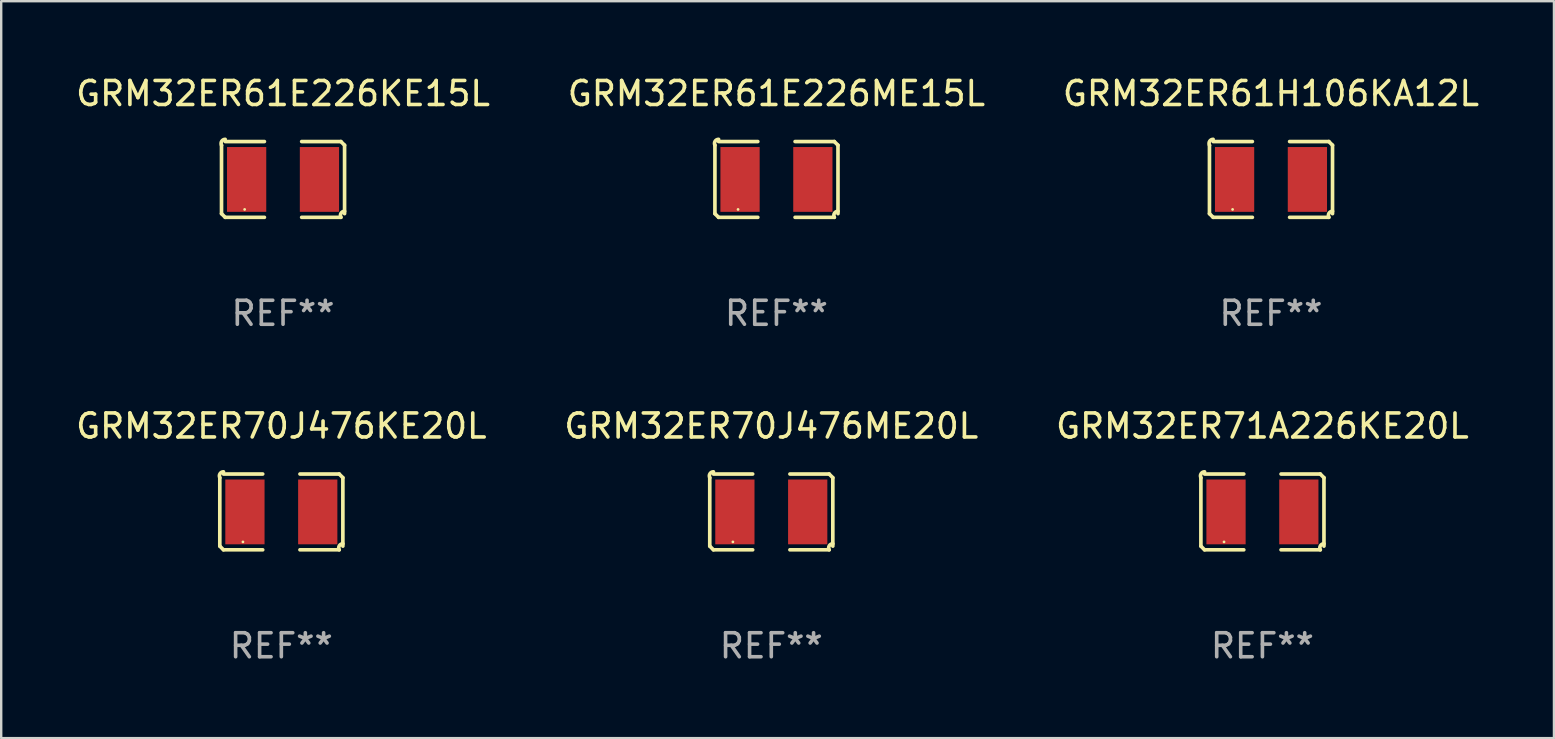
<source format=kicad_pcb>
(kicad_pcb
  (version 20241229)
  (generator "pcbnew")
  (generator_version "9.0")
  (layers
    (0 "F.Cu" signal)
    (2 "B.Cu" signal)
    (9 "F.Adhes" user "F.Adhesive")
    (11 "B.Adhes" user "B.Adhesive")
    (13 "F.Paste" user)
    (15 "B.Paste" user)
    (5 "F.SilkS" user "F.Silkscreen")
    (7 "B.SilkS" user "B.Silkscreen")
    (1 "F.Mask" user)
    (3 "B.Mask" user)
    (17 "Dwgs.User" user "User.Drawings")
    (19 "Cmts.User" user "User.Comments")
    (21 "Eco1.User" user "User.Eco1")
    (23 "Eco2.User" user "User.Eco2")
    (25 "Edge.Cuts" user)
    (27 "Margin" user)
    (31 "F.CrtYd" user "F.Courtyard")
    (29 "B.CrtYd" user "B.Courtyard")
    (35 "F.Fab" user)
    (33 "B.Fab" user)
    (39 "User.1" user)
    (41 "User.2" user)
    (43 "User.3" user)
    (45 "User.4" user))
  (footprint "GRM32ER70J476KE20L"
    (layer "F.Cu")
    (at 8.673 18.281)
    (property "Reference" "GRM32ER70J476KE20L" (at 0 -3.579 0) (layer "F.SilkS") (effects (font (size 1 1) (thickness 0.15))))
    (attr through_hole)
    (fp_line (start -2.564 1.426) (end -2.564 -1.426) (stroke (width 0.152) (type solid)) (layer "F.SilkS"))
    (fp_line (start -2.411 -1.579) (end -0.776 -1.579) (stroke (width 0.152) (type solid)) (layer "F.SilkS"))
    (fp_line (start -0.776 1.579) (end -2.411 1.579) (stroke (width 0.152) (type solid)) (layer "F.SilkS"))
    (fp_line (start 0.776 1.579) (end 2.411 1.579) (stroke (width 0.152) (type solid)) (layer "F.SilkS"))
    (fp_line (start 2.411 -1.579) (end 0.776 -1.579) (stroke (width 0.152) (type solid)) (layer "F.SilkS"))
    (fp_line (start 2.564 1.426) (end 2.564 -1.426) (stroke (width 0.152) (type solid)) (layer "F.SilkS"))
    (fp_arc (start -2.563602 -1.426213) (mid -2.555597 -1.591233) (end -2.411201 -1.671518) (stroke (width 0.1524) (type solid)) (layer "F.SilkS"))
    (fp_arc (start -2.5636 1.426214) (mid -2.487389 1.502402) (end -2.411201 1.578613) (stroke (width 0.1524) (type solid)) (layer "F.SilkS"))
    (fp_arc (start 2.411197 -1.578618) (mid 2.487403 -1.502419) (end 2.563602 -1.426213) (stroke (width 0.1524) (type solid)) (layer "F.SilkS"))
    (fp_arc (start 2.411201 1.578613) (mid 2.416214 1.409455) (end 2.563602 1.32629) (stroke (width 0.1524) (type solid)) (layer "F.SilkS"))
    (fp_circle (center -1.6 1.25) (end -1.57 1.25) (stroke (width 0.06) (type solid)) (fill no) (layer "F.SilkS"))
    (fp_text user "REF**" (at 0 5.579 0) (layer "F.Fab") (effects (font (size 1 1) (thickness 0.15))))
    (pad "1" smd rect (at -1.517 0) (size 1.635 2.7) (layers "F.Cu" "F.Mask" "F.Paste"))
    (pad "2" smd rect (at 1.517 0) (size 1.635 2.7) (layers "F.Cu" "F.Mask" "F.Paste")))
  (footprint "GRM32ER61E226ME15L"
    (layer "F.Cu")
    (at 29.304 4.427)
    (property "Reference" "GRM32ER61E226ME15L" (at 0 -3.579 0) (layer "F.SilkS") (effects (font (size 1 1) (thickness 0.15))))
    (attr through_hole)
    (fp_line (start -2.564 1.426) (end -2.564 -1.426) (stroke (width 0.152) (type solid)) (layer "F.SilkS"))
    (fp_line (start -2.411 -1.579) (end -0.776 -1.579) (stroke (width 0.152) (type solid)) (layer "F.SilkS"))
    (fp_line (start -0.776 1.579) (end -2.411 1.579) (stroke (width 0.152) (type solid)) (layer "F.SilkS"))
    (fp_line (start 0.776 1.579) (end 2.411 1.579) (stroke (width 0.152) (type solid)) (layer "F.SilkS"))
    (fp_line (start 2.411 -1.579) (end 0.776 -1.579) (stroke (width 0.152) (type solid)) (layer "F.SilkS"))
    (fp_line (start 2.564 1.426) (end 2.564 -1.426) (stroke (width 0.152) (type solid)) (layer "F.SilkS"))
    (fp_arc (start -2.563602 -1.426213) (mid -2.555597 -1.591233) (end -2.411201 -1.671518) (stroke (width 0.1524) (type solid)) (layer "F.SilkS"))
    (fp_arc (start -2.5636 1.426214) (mid -2.487389 1.502402) (end -2.411201 1.578613) (stroke (width 0.1524) (type solid)) (layer "F.SilkS"))
    (fp_arc (start 2.411197 -1.578618) (mid 2.487403 -1.502419) (end 2.563602 -1.426213) (stroke (width 0.1524) (type solid)) (layer "F.SilkS"))
    (fp_arc (start 2.411201 1.578613) (mid 2.416214 1.409455) (end 2.563602 1.32629) (stroke (width 0.1524) (type solid)) (layer "F.SilkS"))
    (fp_circle (center -1.6 1.25) (end -1.57 1.25) (stroke (width 0.06) (type solid)) (fill no) (layer "F.SilkS"))
    (fp_text user "REF**" (at 0 5.579 0) (layer "F.Fab") (effects (font (size 1 1) (thickness 0.15))))
    (pad "1" smd rect (at -1.517 0) (size 1.635 2.7) (layers "F.Cu" "F.Mask" "F.Paste"))
    (pad "2" smd rect (at 1.517 0) (size 1.635 2.7) (layers "F.Cu" "F.Mask" "F.Paste")))
  (footprint "GRM32ER71A226KE20L"
    (layer "F.Cu")
    (at 49.554 18.281)
    (property "Reference" "GRM32ER71A226KE20L" (at 0 -3.579 0) (layer "F.SilkS") (effects (font (size 1 1) (thickness 0.15))))
    (attr through_hole)
    (fp_line (start -2.564 1.426) (end -2.564 -1.426) (stroke (width 0.152) (type solid)) (layer "F.SilkS"))
    (fp_line (start -2.411 -1.579) (end -0.776 -1.579) (stroke (width 0.152) (type solid)) (layer "F.SilkS"))
    (fp_line (start -0.776 1.579) (end -2.411 1.579) (stroke (width 0.152) (type solid)) (layer "F.SilkS"))
    (fp_line (start 0.776 1.579) (end 2.411 1.579) (stroke (width 0.152) (type solid)) (layer "F.SilkS"))
    (fp_line (start 2.411 -1.579) (end 0.776 -1.579) (stroke (width 0.152) (type solid)) (layer "F.SilkS"))
    (fp_line (start 2.564 1.426) (end 2.564 -1.426) (stroke (width 0.152) (type solid)) (layer "F.SilkS"))
    (fp_arc (start -2.563602 -1.426213) (mid -2.555597 -1.591233) (end -2.411201 -1.671518) (stroke (width 0.1524) (type solid)) (layer "F.SilkS"))
    (fp_arc (start -2.5636 1.426214) (mid -2.487389 1.502402) (end -2.411201 1.578613) (stroke (width 0.1524) (type solid)) (layer "F.SilkS"))
    (fp_arc (start 2.411197 -1.578618) (mid 2.487403 -1.502419) (end 2.563602 -1.426213) (stroke (width 0.1524) (type solid)) (layer "F.SilkS"))
    (fp_arc (start 2.411201 1.578613) (mid 2.416214 1.409455) (end 2.563602 1.32629) (stroke (width 0.1524) (type solid)) (layer "F.SilkS"))
    (fp_circle (center -1.6 1.25) (end -1.57 1.25) (stroke (width 0.06) (type solid)) (fill no) (layer "F.SilkS"))
    (fp_text user "REF**" (at 0 5.579 0) (layer "F.Fab") (effects (font (size 1 1) (thickness 0.15))))
    (pad "1" smd rect (at -1.517 0) (size 1.635 2.7) (layers "F.Cu" "F.Mask" "F.Paste"))
    (pad "2" smd rect (at 1.517 0) (size 1.635 2.7) (layers "F.Cu" "F.Mask" "F.Paste")))
  (footprint "GRM32ER61H106KA12L"
    (layer "F.Cu")
    (at 49.911 4.427)
    (property "Reference" "GRM32ER61H106KA12L" (at 0 -3.579 0) (layer "F.SilkS") (effects (font (size 1 1) (thickness 0.15))))
    (attr through_hole)
    (fp_line (start -2.564 1.426) (end -2.564 -1.426) (stroke (width 0.152) (type solid)) (layer "F.SilkS"))
    (fp_line (start -2.411 -1.579) (end -0.776 -1.579) (stroke (width 0.152) (type solid)) (layer "F.SilkS"))
    (fp_line (start -0.776 1.579) (end -2.411 1.579) (stroke (width 0.152) (type solid)) (layer "F.SilkS"))
    (fp_line (start 0.776 1.579) (end 2.411 1.579) (stroke (width 0.152) (type solid)) (layer "F.SilkS"))
    (fp_line (start 2.411 -1.579) (end 0.776 -1.579) (stroke (width 0.152) (type solid)) (layer "F.SilkS"))
    (fp_line (start 2.564 1.426) (end 2.564 -1.426) (stroke (width 0.152) (type solid)) (layer "F.SilkS"))
    (fp_arc (start -2.563602 -1.426213) (mid -2.555597 -1.591233) (end -2.411201 -1.671518) (stroke (width 0.1524) (type solid)) (layer "F.SilkS"))
    (fp_arc (start -2.5636 1.426214) (mid -2.487389 1.502402) (end -2.411201 1.578613) (stroke (width 0.1524) (type solid)) (layer "F.SilkS"))
    (fp_arc (start 2.411197 -1.578618) (mid 2.487403 -1.502419) (end 2.563602 -1.426213) (stroke (width 0.1524) (type solid)) (layer "F.SilkS"))
    (fp_arc (start 2.411201 1.578613) (mid 2.416214 1.409455) (end 2.563602 1.32629) (stroke (width 0.1524) (type solid)) (layer "F.SilkS"))
    (fp_circle (center -1.6 1.25) (end -1.57 1.25) (stroke (width 0.06) (type solid)) (fill no) (layer "F.SilkS"))
    (fp_text user "REF**" (at 0 5.579 0) (layer "F.Fab") (effects (font (size 1 1) (thickness 0.15))))
    (pad "1" smd rect (at -1.517 0) (size 1.635 2.7) (layers "F.Cu" "F.Mask" "F.Paste"))
    (pad "2" smd rect (at 1.517 0) (size 1.635 2.7) (layers "F.Cu" "F.Mask" "F.Paste")))
  (footprint "GRM32ER70J476ME20L"
    (layer "F.Cu")
    (at 29.089 18.281)
    (property "Reference" "GRM32ER70J476ME20L" (at 0 -3.579 0) (layer "F.SilkS") (effects (font (size 1 1) (thickness 0.15))))
    (attr through_hole)
    (fp_line (start -2.564 1.426) (end -2.564 -1.426) (stroke (width 0.152) (type solid)) (layer "F.SilkS"))
    (fp_line (start -2.411 -1.579) (end -0.776 -1.579) (stroke (width 0.152) (type solid)) (layer "F.SilkS"))
    (fp_line (start -0.776 1.579) (end -2.411 1.579) (stroke (width 0.152) (type solid)) (layer "F.SilkS"))
    (fp_line (start 0.776 1.579) (end 2.411 1.579) (stroke (width 0.152) (type solid)) (layer "F.SilkS"))
    (fp_line (start 2.411 -1.579) (end 0.776 -1.579) (stroke (width 0.152) (type solid)) (layer "F.SilkS"))
    (fp_line (start 2.564 1.426) (end 2.564 -1.426) (stroke (width 0.152) (type solid)) (layer "F.SilkS"))
    (fp_arc (start -2.563602 -1.426213) (mid -2.555597 -1.591233) (end -2.411201 -1.671518) (stroke (width 0.1524) (type solid)) (layer "F.SilkS"))
    (fp_arc (start -2.5636 1.426214) (mid -2.487389 1.502402) (end -2.411201 1.578613) (stroke (width 0.1524) (type solid)) (layer "F.SilkS"))
    (fp_arc (start 2.411197 -1.578618) (mid 2.487403 -1.502419) (end 2.563602 -1.426213) (stroke (width 0.1524) (type solid)) (layer "F.SilkS"))
    (fp_arc (start 2.411201 1.578613) (mid 2.416214 1.409455) (end 2.563602 1.32629) (stroke (width 0.1524) (type solid)) (layer "F.SilkS"))
    (fp_circle (center -1.6 1.25) (end -1.57 1.25) (stroke (width 0.06) (type solid)) (fill no) (layer "F.SilkS"))
    (fp_text user "REF**" (at 0 5.579 0) (layer "F.Fab") (effects (font (size 1 1) (thickness 0.15))))
    (pad "1" smd rect (at -1.517 0) (size 1.635 2.7) (layers "F.Cu" "F.Mask" "F.Paste"))
    (pad "2" smd rect (at 1.517 0) (size 1.635 2.7) (layers "F.Cu" "F.Mask" "F.Paste")))
  (footprint "GRM32ER61E226KE15L"
    (layer "F.Cu")
    (at 8.744 4.427)
    (property "Reference" "GRM32ER61E226KE15L" (at 0 -3.579 0) (layer "F.SilkS") (effects (font (size 1 1) (thickness 0.15))))
    (attr through_hole)
    (fp_line (start -2.564 1.426) (end -2.564 -1.426) (stroke (width 0.152) (type solid)) (layer "F.SilkS"))
    (fp_line (start -2.411 -1.579) (end -0.776 -1.579) (stroke (width 0.152) (type solid)) (layer "F.SilkS"))
    (fp_line (start -0.776 1.579) (end -2.411 1.579) (stroke (width 0.152) (type solid)) (layer "F.SilkS"))
    (fp_line (start 0.776 1.579) (end 2.411 1.579) (stroke (width 0.152) (type solid)) (layer "F.SilkS"))
    (fp_line (start 2.411 -1.579) (end 0.776 -1.579) (stroke (width 0.152) (type solid)) (layer "F.SilkS"))
    (fp_line (start 2.564 1.426) (end 2.564 -1.426) (stroke (width 0.152) (type solid)) (layer "F.SilkS"))
    (fp_arc (start -2.563602 -1.426213) (mid -2.555597 -1.591233) (end -2.411201 -1.671518) (stroke (width 0.1524) (type solid)) (layer "F.SilkS"))
    (fp_arc (start -2.5636 1.426214) (mid -2.487389 1.502402) (end -2.411201 1.578613) (stroke (width 0.1524) (type solid)) (layer "F.SilkS"))
    (fp_arc (start 2.411197 -1.578618) (mid 2.487403 -1.502419) (end 2.563602 -1.426213) (stroke (width 0.1524) (type solid)) (layer "F.SilkS"))
    (fp_arc (start 2.411201 1.578613) (mid 2.416214 1.409455) (end 2.563602 1.32629) (stroke (width 0.1524) (type solid)) (layer "F.SilkS"))
    (fp_circle (center -1.6 1.25) (end -1.57 1.25) (stroke (width 0.06) (type solid)) (fill no) (layer "F.SilkS"))
    (fp_text user "REF**" (at 0 5.579 0) (layer "F.Fab") (effects (font (size 1 1) (thickness 0.15))))
    (pad "1" smd rect (at -1.517 0) (size 1.635 2.7) (layers "F.Cu" "F.Mask" "F.Paste"))
    (pad "2" smd rect (at 1.517 0) (size 1.635 2.7) (layers "F.Cu" "F.Mask" "F.Paste")))
  (gr_rect
    (start -3 -3)
    (end 61.702 27.707)
    (stroke (width 0.1) (type default))
    (fill no)
    (layer "Edge.Cuts")))
</source>
